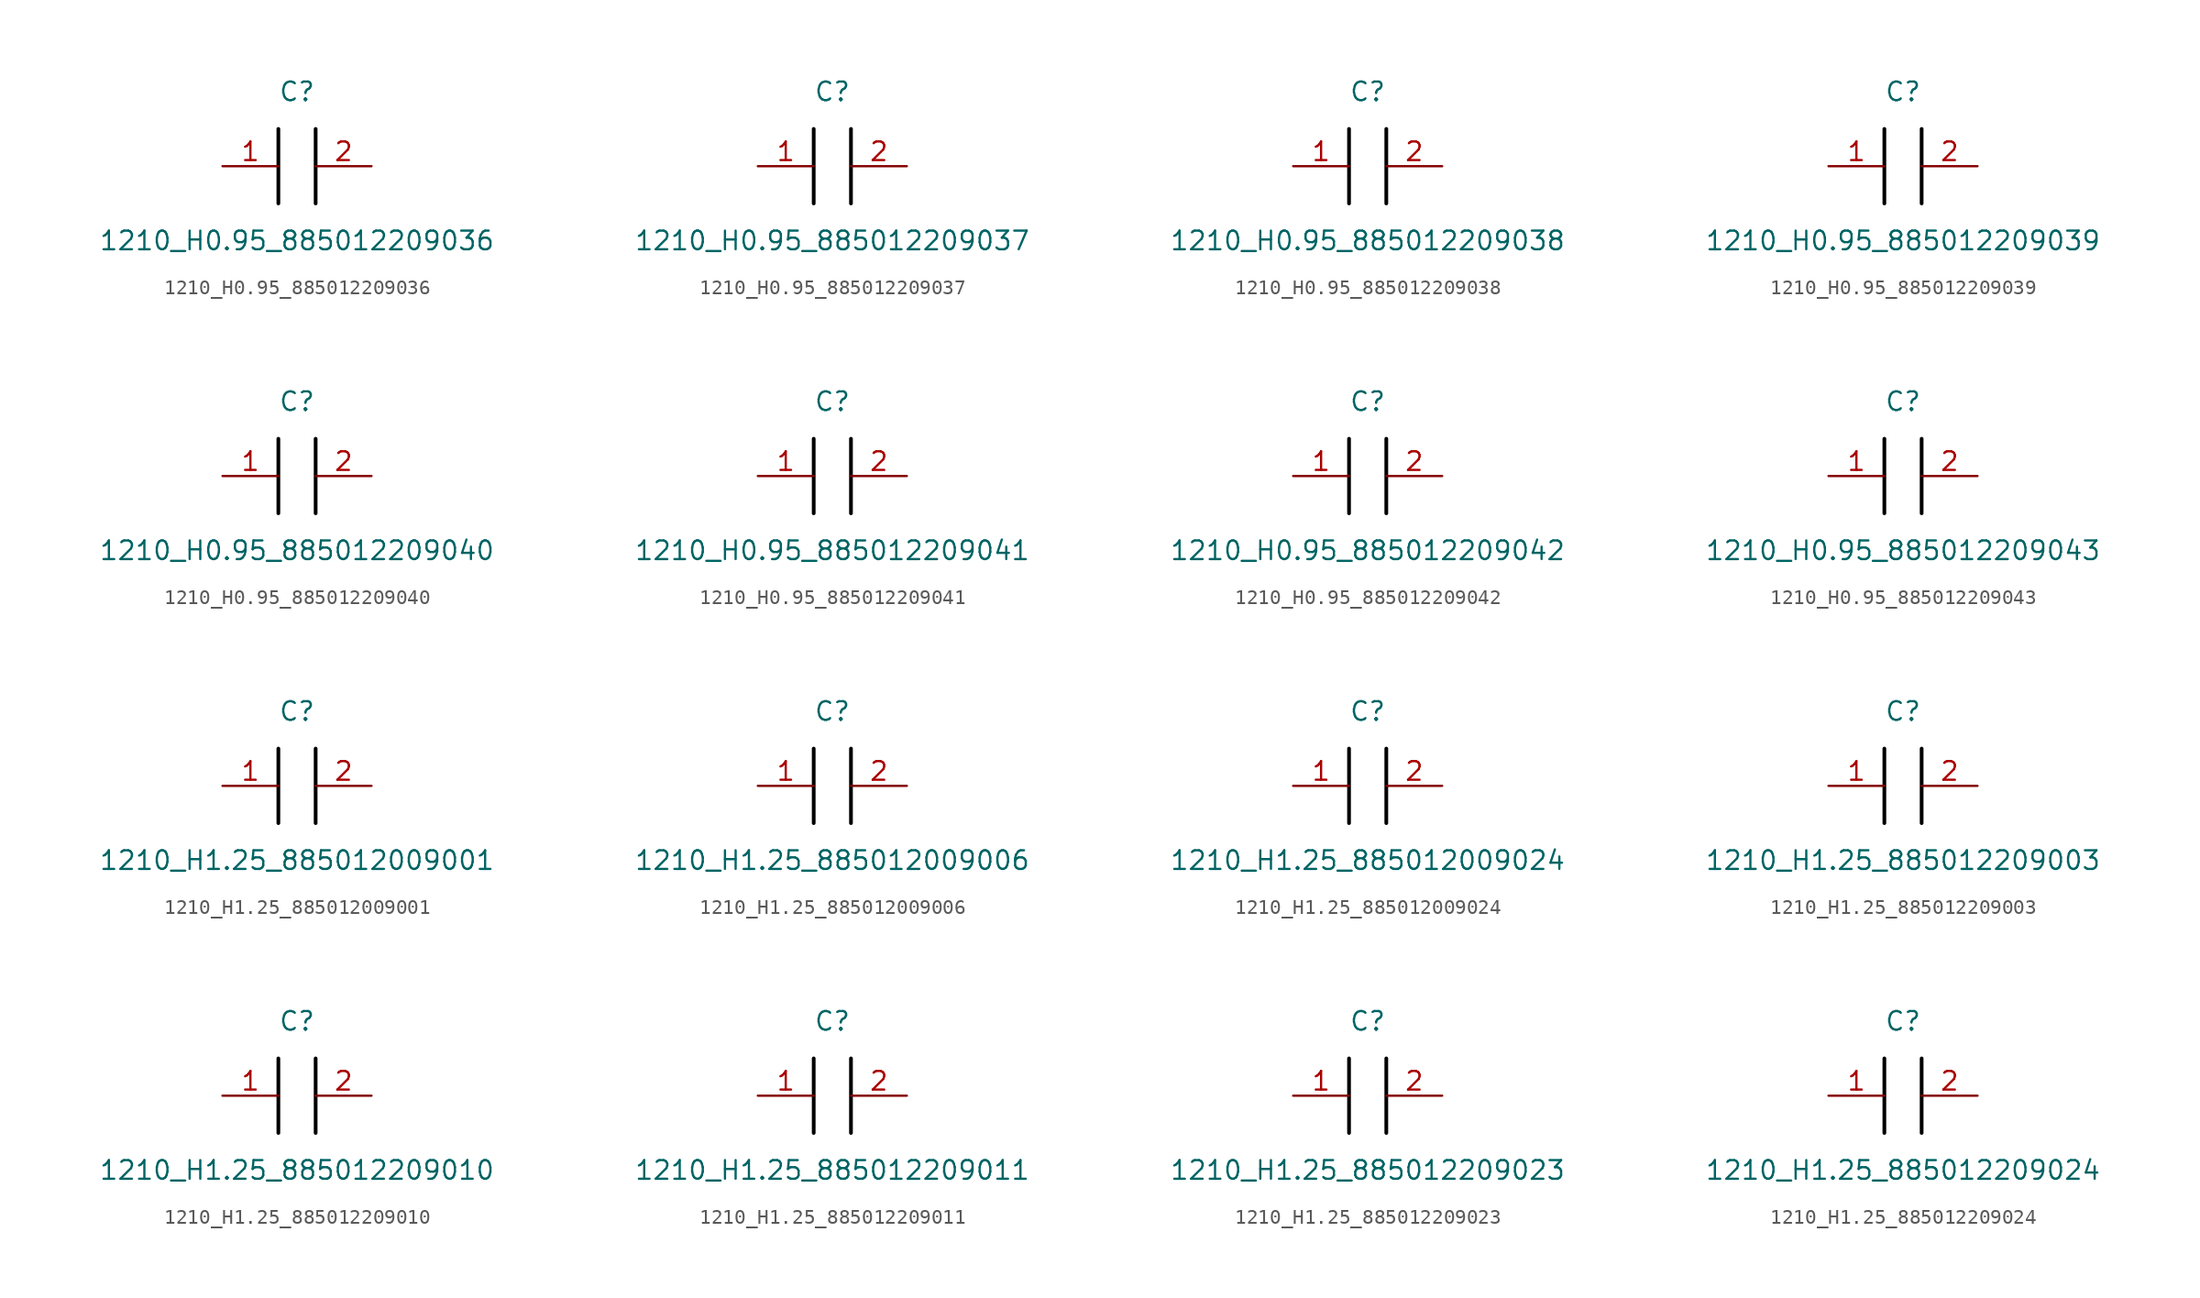
<source format=kicad_sym>
(kicad_symbol_lib
  (version 20220914)
  (generator kicad_symbol_editor)
  (symbol "1210_H0.95_885012209036"
    (pin_names hide)
    (property "Reference" "C"
      (at 0 5.08 0)
      (effects (font (size 1.27 1.27))))
    (property "Value" "1210_H0.95_885012209036"
      (at 0 -5.08 0)
      (effects (font (size 1.27 1.27))))
    (symbol "1210_H0.95_885012209036_1_1"
      (polyline (pts (xy -1.27 2.54) (xy -1.27 -2.54)) (stroke (width 0.254) (type default) (color 0 0 0 1)) (fill (type none)))
      (polyline (pts (xy 1.27 2.54) (xy 1.27 -2.54)) (stroke (width 0.254) (type default) (color 0 0 0 1)) (fill (type none)))
      (pin passive line (at -5.08 0 0) (length 3.81) (name "1" (effects (font (size 1.27 1.27)))) (number "1" (effects (font (size 1.27 1.27)))))
      (pin passive line (at 5.08 0 180) (length 3.81) (name "2" (effects (font (size 1.27 1.27)))) (number "2" (effects (font (size 1.27 1.27)))))))
  (symbol "1210_H0.95_885012209037"
    (pin_names hide)
    (property "Reference" "C"
      (at 0 5.08 0)
      (effects (font (size 1.27 1.27))))
    (property "Value" "1210_H0.95_885012209037"
      (at 0 -5.08 0)
      (effects (font (size 1.27 1.27))))
    (symbol "1210_H0.95_885012209037_1_1"
      (polyline (pts (xy -1.27 2.54) (xy -1.27 -2.54)) (stroke (width 0.254) (type default) (color 0 0 0 1)) (fill (type none)))
      (polyline (pts (xy 1.27 2.54) (xy 1.27 -2.54)) (stroke (width 0.254) (type default) (color 0 0 0 1)) (fill (type none)))
      (pin passive line (at -5.08 0 0) (length 3.81) (name "1" (effects (font (size 1.27 1.27)))) (number "1" (effects (font (size 1.27 1.27)))))
      (pin passive line (at 5.08 0 180) (length 3.81) (name "2" (effects (font (size 1.27 1.27)))) (number "2" (effects (font (size 1.27 1.27)))))))
  (symbol "1210_H0.95_885012209038"
    (pin_names hide)
    (property "Reference" "C"
      (at 0 5.08 0)
      (effects (font (size 1.27 1.27))))
    (property "Value" "1210_H0.95_885012209038"
      (at 0 -5.08 0)
      (effects (font (size 1.27 1.27))))
    (symbol "1210_H0.95_885012209038_1_1"
      (polyline (pts (xy -1.27 2.54) (xy -1.27 -2.54)) (stroke (width 0.254) (type default) (color 0 0 0 1)) (fill (type none)))
      (polyline (pts (xy 1.27 2.54) (xy 1.27 -2.54)) (stroke (width 0.254) (type default) (color 0 0 0 1)) (fill (type none)))
      (pin passive line (at -5.08 0 0) (length 3.81) (name "1" (effects (font (size 1.27 1.27)))) (number "1" (effects (font (size 1.27 1.27)))))
      (pin passive line (at 5.08 0 180) (length 3.81) (name "2" (effects (font (size 1.27 1.27)))) (number "2" (effects (font (size 1.27 1.27)))))))
  (symbol "1210_H0.95_885012209039"
    (pin_names hide)
    (property "Reference" "C"
      (at 0 5.08 0)
      (effects (font (size 1.27 1.27))))
    (property "Value" "1210_H0.95_885012209039"
      (at 0 -5.08 0)
      (effects (font (size 1.27 1.27))))
    (symbol "1210_H0.95_885012209039_1_1"
      (polyline (pts (xy -1.27 2.54) (xy -1.27 -2.54)) (stroke (width 0.254) (type default) (color 0 0 0 1)) (fill (type none)))
      (polyline (pts (xy 1.27 2.54) (xy 1.27 -2.54)) (stroke (width 0.254) (type default) (color 0 0 0 1)) (fill (type none)))
      (pin passive line (at -5.08 0 0) (length 3.81) (name "1" (effects (font (size 1.27 1.27)))) (number "1" (effects (font (size 1.27 1.27)))))
      (pin passive line (at 5.08 0 180) (length 3.81) (name "2" (effects (font (size 1.27 1.27)))) (number "2" (effects (font (size 1.27 1.27)))))))
  (symbol "1210_H0.95_885012209040"
    (pin_names hide)
    (property "Reference" "C"
      (at 0 5.08 0)
      (effects (font (size 1.27 1.27))))
    (property "Value" "1210_H0.95_885012209040"
      (at 0 -5.08 0)
      (effects (font (size 1.27 1.27))))
    (symbol "1210_H0.95_885012209040_1_1"
      (polyline (pts (xy -1.27 2.54) (xy -1.27 -2.54)) (stroke (width 0.254) (type default) (color 0 0 0 1)) (fill (type none)))
      (polyline (pts (xy 1.27 2.54) (xy 1.27 -2.54)) (stroke (width 0.254) (type default) (color 0 0 0 1)) (fill (type none)))
      (pin passive line (at -5.08 0 0) (length 3.81) (name "1" (effects (font (size 1.27 1.27)))) (number "1" (effects (font (size 1.27 1.27)))))
      (pin passive line (at 5.08 0 180) (length 3.81) (name "2" (effects (font (size 1.27 1.27)))) (number "2" (effects (font (size 1.27 1.27)))))))
  (symbol "1210_H0.95_885012209041"
    (pin_names hide)
    (property "Reference" "C"
      (at 0 5.08 0)
      (effects (font (size 1.27 1.27))))
    (property "Value" "1210_H0.95_885012209041"
      (at 0 -5.08 0)
      (effects (font (size 1.27 1.27))))
    (symbol "1210_H0.95_885012209041_1_1"
      (polyline (pts (xy -1.27 2.54) (xy -1.27 -2.54)) (stroke (width 0.254) (type default) (color 0 0 0 1)) (fill (type none)))
      (polyline (pts (xy 1.27 2.54) (xy 1.27 -2.54)) (stroke (width 0.254) (type default) (color 0 0 0 1)) (fill (type none)))
      (pin passive line (at -5.08 0 0) (length 3.81) (name "1" (effects (font (size 1.27 1.27)))) (number "1" (effects (font (size 1.27 1.27)))))
      (pin passive line (at 5.08 0 180) (length 3.81) (name "2" (effects (font (size 1.27 1.27)))) (number "2" (effects (font (size 1.27 1.27)))))))
  (symbol "1210_H0.95_885012209042"
    (pin_names hide)
    (property "Reference" "C"
      (at 0 5.08 0)
      (effects (font (size 1.27 1.27))))
    (property "Value" "1210_H0.95_885012209042"
      (at 0 -5.08 0)
      (effects (font (size 1.27 1.27))))
    (symbol "1210_H0.95_885012209042_1_1"
      (polyline (pts (xy -1.27 2.54) (xy -1.27 -2.54)) (stroke (width 0.254) (type default) (color 0 0 0 1)) (fill (type none)))
      (polyline (pts (xy 1.27 2.54) (xy 1.27 -2.54)) (stroke (width 0.254) (type default) (color 0 0 0 1)) (fill (type none)))
      (pin passive line (at -5.08 0 0) (length 3.81) (name "1" (effects (font (size 1.27 1.27)))) (number "1" (effects (font (size 1.27 1.27)))))
      (pin passive line (at 5.08 0 180) (length 3.81) (name "2" (effects (font (size 1.27 1.27)))) (number "2" (effects (font (size 1.27 1.27)))))))
  (symbol "1210_H0.95_885012209043"
    (pin_names hide)
    (property "Reference" "C"
      (at 0 5.08 0)
      (effects (font (size 1.27 1.27))))
    (property "Value" "1210_H0.95_885012209043"
      (at 0 -5.08 0)
      (effects (font (size 1.27 1.27))))
    (symbol "1210_H0.95_885012209043_1_1"
      (polyline (pts (xy -1.27 2.54) (xy -1.27 -2.54)) (stroke (width 0.254) (type default) (color 0 0 0 1)) (fill (type none)))
      (polyline (pts (xy 1.27 2.54) (xy 1.27 -2.54)) (stroke (width 0.254) (type default) (color 0 0 0 1)) (fill (type none)))
      (pin passive line (at -5.08 0 0) (length 3.81) (name "1" (effects (font (size 1.27 1.27)))) (number "1" (effects (font (size 1.27 1.27)))))
      (pin passive line (at 5.08 0 180) (length 3.81) (name "2" (effects (font (size 1.27 1.27)))) (number "2" (effects (font (size 1.27 1.27)))))))
  (symbol "1210_H1.25_885012009001"
    (pin_names hide)
    (property "Reference" "C"
      (at 0 5.08 0)
      (effects (font (size 1.27 1.27))))
    (property "Value" "1210_H1.25_885012009001"
      (at 0 -5.08 0)
      (effects (font (size 1.27 1.27))))
    (symbol "1210_H1.25_885012009001_1_1"
      (polyline (pts (xy -1.27 2.54) (xy -1.27 -2.54)) (stroke (width 0.254) (type default) (color 0 0 0 1)) (fill (type none)))
      (polyline (pts (xy 1.27 2.54) (xy 1.27 -2.54)) (stroke (width 0.254) (type default) (color 0 0 0 1)) (fill (type none)))
      (pin passive line (at -5.08 0 0) (length 3.81) (name "1" (effects (font (size 1.27 1.27)))) (number "1" (effects (font (size 1.27 1.27)))))
      (pin passive line (at 5.08 0 180) (length 3.81) (name "2" (effects (font (size 1.27 1.27)))) (number "2" (effects (font (size 1.27 1.27)))))))
  (symbol "1210_H1.25_885012009006"
    (pin_names hide)
    (property "Reference" "C"
      (at 0 5.08 0)
      (effects (font (size 1.27 1.27))))
    (property "Value" "1210_H1.25_885012009006"
      (at 0 -5.08 0)
      (effects (font (size 1.27 1.27))))
    (symbol "1210_H1.25_885012009006_1_1"
      (polyline (pts (xy -1.27 2.54) (xy -1.27 -2.54)) (stroke (width 0.254) (type default) (color 0 0 0 1)) (fill (type none)))
      (polyline (pts (xy 1.27 2.54) (xy 1.27 -2.54)) (stroke (width 0.254) (type default) (color 0 0 0 1)) (fill (type none)))
      (pin passive line (at -5.08 0 0) (length 3.81) (name "1" (effects (font (size 1.27 1.27)))) (number "1" (effects (font (size 1.27 1.27)))))
      (pin passive line (at 5.08 0 180) (length 3.81) (name "2" (effects (font (size 1.27 1.27)))) (number "2" (effects (font (size 1.27 1.27)))))))
  (symbol "1210_H1.25_885012009024"
    (pin_names hide)
    (property "Reference" "C"
      (at 0 5.08 0)
      (effects (font (size 1.27 1.27))))
    (property "Value" "1210_H1.25_885012009024"
      (at 0 -5.08 0)
      (effects (font (size 1.27 1.27))))
    (symbol "1210_H1.25_885012009024_1_1"
      (polyline (pts (xy -1.27 2.54) (xy -1.27 -2.54)) (stroke (width 0.254) (type default) (color 0 0 0 1)) (fill (type none)))
      (polyline (pts (xy 1.27 2.54) (xy 1.27 -2.54)) (stroke (width 0.254) (type default) (color 0 0 0 1)) (fill (type none)))
      (pin passive line (at -5.08 0 0) (length 3.81) (name "1" (effects (font (size 1.27 1.27)))) (number "1" (effects (font (size 1.27 1.27)))))
      (pin passive line (at 5.08 0 180) (length 3.81) (name "2" (effects (font (size 1.27 1.27)))) (number "2" (effects (font (size 1.27 1.27)))))))
  (symbol "1210_H1.25_885012209003"
    (pin_names hide)
    (property "Reference" "C"
      (at 0 5.08 0)
      (effects (font (size 1.27 1.27))))
    (property "Value" "1210_H1.25_885012209003"
      (at 0 -5.08 0)
      (effects (font (size 1.27 1.27))))
    (symbol "1210_H1.25_885012209003_1_1"
      (polyline (pts (xy -1.27 2.54) (xy -1.27 -2.54)) (stroke (width 0.254) (type default) (color 0 0 0 1)) (fill (type none)))
      (polyline (pts (xy 1.27 2.54) (xy 1.27 -2.54)) (stroke (width 0.254) (type default) (color 0 0 0 1)) (fill (type none)))
      (pin passive line (at -5.08 0 0) (length 3.81) (name "1" (effects (font (size 1.27 1.27)))) (number "1" (effects (font (size 1.27 1.27)))))
      (pin passive line (at 5.08 0 180) (length 3.81) (name "2" (effects (font (size 1.27 1.27)))) (number "2" (effects (font (size 1.27 1.27)))))))
  (symbol "1210_H1.25_885012209010"
    (pin_names hide)
    (property "Reference" "C"
      (at 0 5.08 0)
      (effects (font (size 1.27 1.27))))
    (property "Value" "1210_H1.25_885012209010"
      (at 0 -5.08 0)
      (effects (font (size 1.27 1.27))))
    (symbol "1210_H1.25_885012209010_1_1"
      (polyline (pts (xy -1.27 2.54) (xy -1.27 -2.54)) (stroke (width 0.254) (type default) (color 0 0 0 1)) (fill (type none)))
      (polyline (pts (xy 1.27 2.54) (xy 1.27 -2.54)) (stroke (width 0.254) (type default) (color 0 0 0 1)) (fill (type none)))
      (pin passive line (at -5.08 0 0) (length 3.81) (name "1" (effects (font (size 1.27 1.27)))) (number "1" (effects (font (size 1.27 1.27)))))
      (pin passive line (at 5.08 0 180) (length 3.81) (name "2" (effects (font (size 1.27 1.27)))) (number "2" (effects (font (size 1.27 1.27)))))))
  (symbol "1210_H1.25_885012209011"
    (pin_names hide)
    (property "Reference" "C"
      (at 0 5.08 0)
      (effects (font (size 1.27 1.27))))
    (property "Value" "1210_H1.25_885012209011"
      (at 0 -5.08 0)
      (effects (font (size 1.27 1.27))))
    (symbol "1210_H1.25_885012209011_1_1"
      (polyline (pts (xy -1.27 2.54) (xy -1.27 -2.54)) (stroke (width 0.254) (type default) (color 0 0 0 1)) (fill (type none)))
      (polyline (pts (xy 1.27 2.54) (xy 1.27 -2.54)) (stroke (width 0.254) (type default) (color 0 0 0 1)) (fill (type none)))
      (pin passive line (at -5.08 0 0) (length 3.81) (name "1" (effects (font (size 1.27 1.27)))) (number "1" (effects (font (size 1.27 1.27)))))
      (pin passive line (at 5.08 0 180) (length 3.81) (name "2" (effects (font (size 1.27 1.27)))) (number "2" (effects (font (size 1.27 1.27)))))))
  (symbol "1210_H1.25_885012209023"
    (pin_names hide)
    (property "Reference" "C"
      (at 0 5.08 0)
      (effects (font (size 1.27 1.27))))
    (property "Value" "1210_H1.25_885012209023"
      (at 0 -5.08 0)
      (effects (font (size 1.27 1.27))))
    (symbol "1210_H1.25_885012209023_1_1"
      (polyline (pts (xy -1.27 2.54) (xy -1.27 -2.54)) (stroke (width 0.254) (type default) (color 0 0 0 1)) (fill (type none)))
      (polyline (pts (xy 1.27 2.54) (xy 1.27 -2.54)) (stroke (width 0.254) (type default) (color 0 0 0 1)) (fill (type none)))
      (pin passive line (at -5.08 0 0) (length 3.81) (name "1" (effects (font (size 1.27 1.27)))) (number "1" (effects (font (size 1.27 1.27)))))
      (pin passive line (at 5.08 0 180) (length 3.81) (name "2" (effects (font (size 1.27 1.27)))) (number "2" (effects (font (size 1.27 1.27)))))))
  (symbol "1210_H1.25_885012209024"
    (pin_names hide)
    (property "Reference" "C"
      (at 0 5.08 0)
      (effects (font (size 1.27 1.27))))
    (property "Value" "1210_H1.25_885012209024"
      (at 0 -5.08 0)
      (effects (font (size 1.27 1.27))))
    (symbol "1210_H1.25_885012209024_1_1"
      (polyline (pts (xy -1.27 2.54) (xy -1.27 -2.54)) (stroke (width 0.254) (type default) (color 0 0 0 1)) (fill (type none)))
      (polyline (pts (xy 1.27 2.54) (xy 1.27 -2.54)) (stroke (width 0.254) (type default) (color 0 0 0 1)) (fill (type none)))
      (pin passive line (at -5.08 0 0) (length 3.81) (name "1" (effects (font (size 1.27 1.27)))) (number "1" (effects (font (size 1.27 1.27)))))
      (pin passive line (at 5.08 0 180) (length 3.81) (name "2" (effects (font (size 1.27 1.27)))) (number "2" (effects (font (size 1.27 1.27))))))))
</source>
